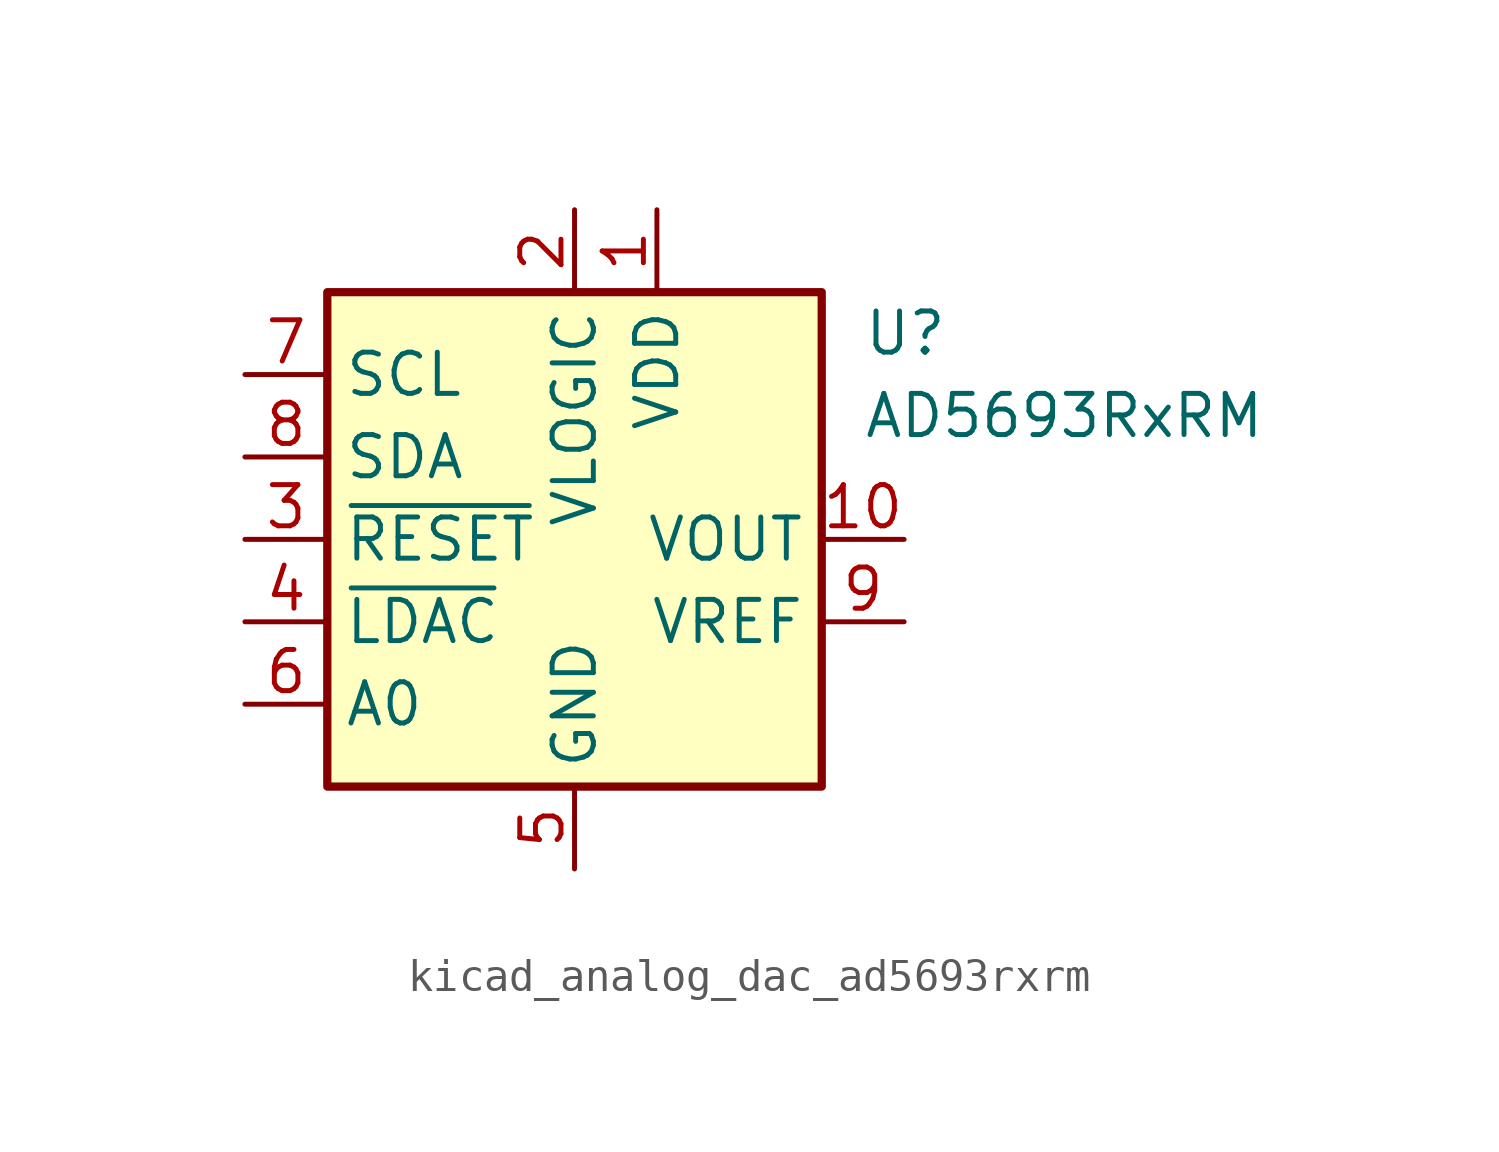
<source format=kicad_sym>
(kicad_symbol_lib
  (version 20220914)
  (generator kicad_symbol_editor)
  (symbol "kicad_analog_dac_ad5693rxrm"
    (property "Reference" "U"
      (at 8.89 6.35 0)
      (effects (font (size 1.27 1.27)) (justify left)))
    (property "Value" "AD5693RxRM"
      (at 8.89 3.81 0)
      (effects (font (size 1.27 1.27)) (justify left)))
    (symbol "kicad_analog_dac_ad5693rxrm_0_1"
      (rectangle (start -7.62 7.62) (end 7.62 -7.62) (stroke (width 0.254) (type default)) (fill (type background))))
    (symbol "kicad_analog_dac_ad5693rxrm_1_1"
      (pin power_in line (at 2.54 10.16 270) (length 2.54) (name "VDD" (effects (font (size 1.27 1.27)))) (number "1" (effects (font (size 1.27 1.27)))))
      (pin output line (at 10.16 0 180) (length 2.54) (name "VOUT" (effects (font (size 1.27 1.27)))) (number "10" (effects (font (size 1.27 1.27)))))
      (pin power_in line (at 0 10.16 270) (length 2.54) (name "VLOGIC" (effects (font (size 1.27 1.27)))) (number "2" (effects (font (size 1.27 1.27)))))
      (pin input line (at -10.16 0 0) (length 2.54) (name "~{RESET}" (effects (font (size 1.27 1.27)))) (number "3" (effects (font (size 1.27 1.27)))))
      (pin input line (at -10.16 -2.54 0) (length 2.54) (name "~{LDAC}" (effects (font (size 1.27 1.27)))) (number "4" (effects (font (size 1.27 1.27)))))
      (pin power_in line (at 0 -10.16 90) (length 2.54) (name "GND" (effects (font (size 1.27 1.27)))) (number "5" (effects (font (size 1.27 1.27)))))
      (pin input line (at -10.16 -5.08 0) (length 2.54) (name "A0" (effects (font (size 1.27 1.27)))) (number "6" (effects (font (size 1.27 1.27)))))
      (pin input line (at -10.16 5.08 0) (length 2.54) (name "SCL" (effects (font (size 1.27 1.27)))) (number "7" (effects (font (size 1.27 1.27)))))
      (pin bidirectional line (at -10.16 2.54 0) (length 2.54) (name "SDA" (effects (font (size 1.27 1.27)))) (number "8" (effects (font (size 1.27 1.27)))))
      (pin passive line (at 10.16 -2.54 180) (length 2.54) (name "VREF" (effects (font (size 1.27 1.27)))) (number "9" (effects (font (size 1.27 1.27))))))))
</source>
